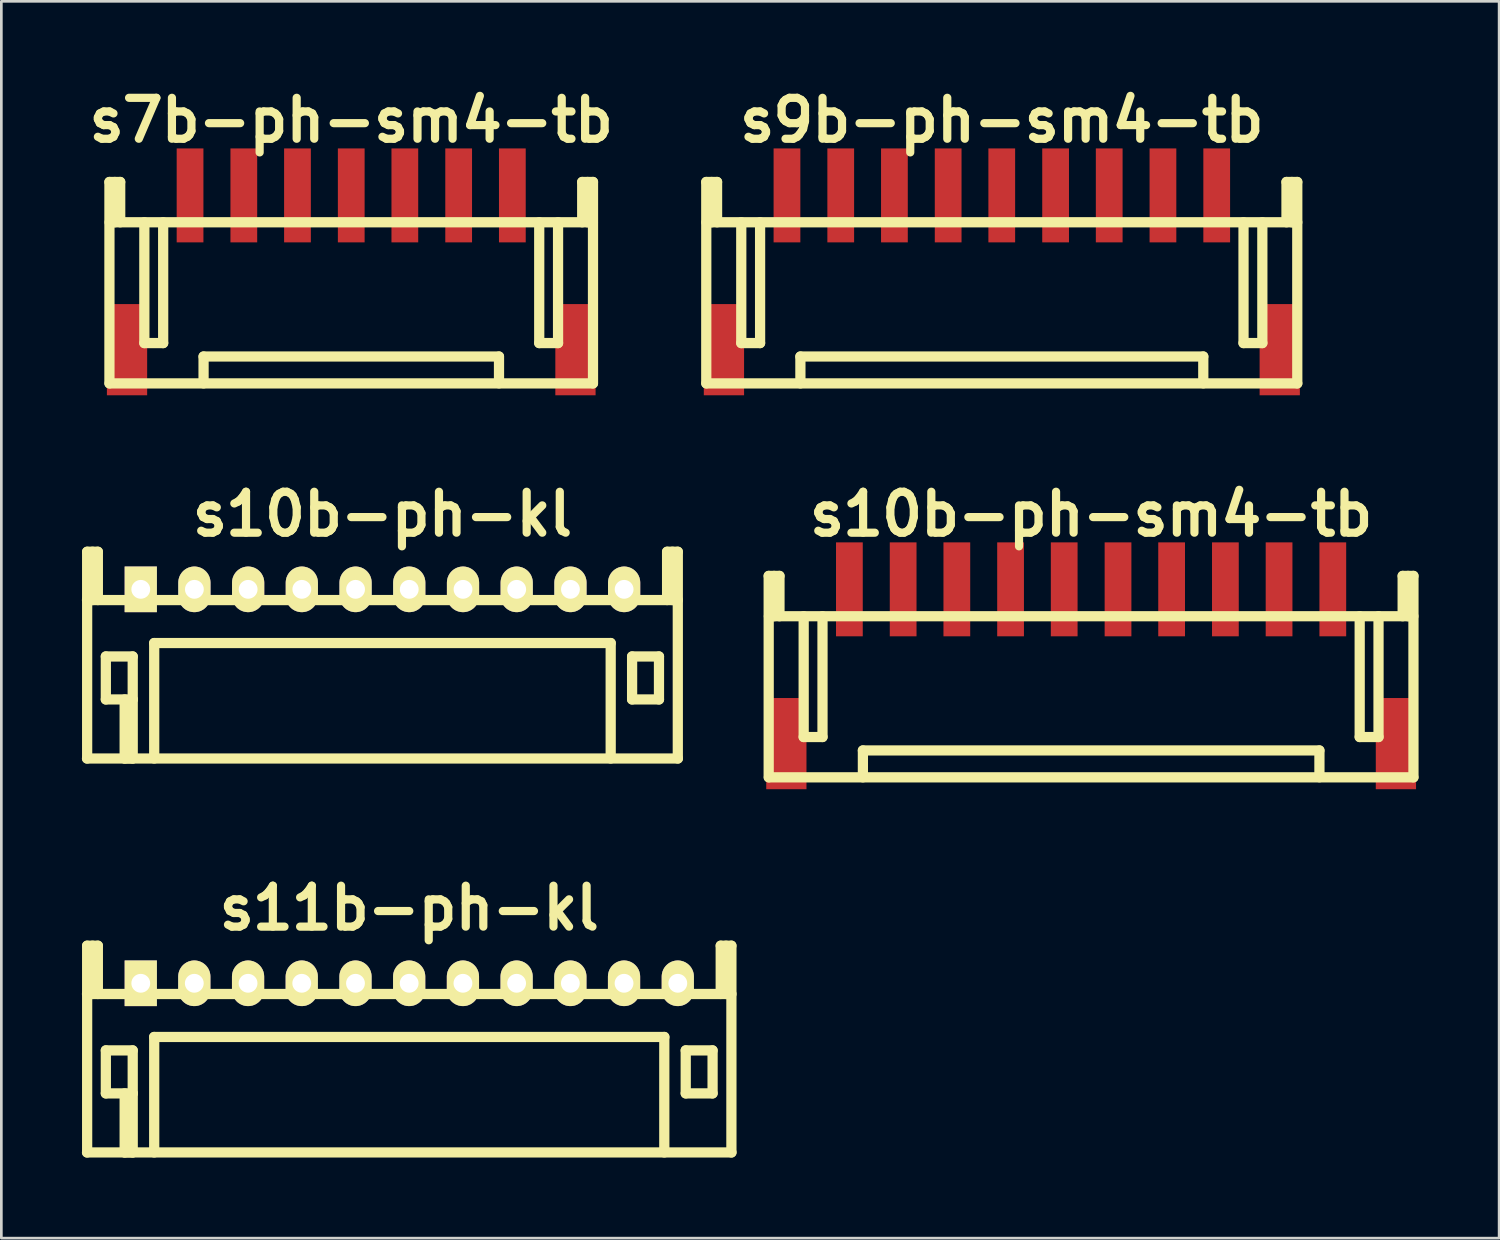
<source format=kicad_pcb>
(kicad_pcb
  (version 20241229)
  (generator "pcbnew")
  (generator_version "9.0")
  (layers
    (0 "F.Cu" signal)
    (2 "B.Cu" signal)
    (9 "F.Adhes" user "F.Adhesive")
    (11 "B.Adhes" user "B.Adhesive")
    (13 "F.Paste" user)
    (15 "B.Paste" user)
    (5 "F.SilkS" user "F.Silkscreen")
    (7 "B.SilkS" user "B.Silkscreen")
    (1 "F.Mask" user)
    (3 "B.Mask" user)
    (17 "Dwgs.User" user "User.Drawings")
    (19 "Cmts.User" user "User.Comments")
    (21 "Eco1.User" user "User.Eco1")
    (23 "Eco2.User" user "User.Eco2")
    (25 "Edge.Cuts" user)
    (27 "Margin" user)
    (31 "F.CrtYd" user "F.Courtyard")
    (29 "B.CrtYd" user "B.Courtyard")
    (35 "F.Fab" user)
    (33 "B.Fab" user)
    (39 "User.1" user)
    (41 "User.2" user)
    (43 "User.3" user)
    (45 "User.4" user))
  (footprint "s11b-ph-kl"
    (layer "F.Cu")
    (at 12.189 33.564)
    (property "Reference" "s11b-ph-kl" (at 0 -2.799 0) (layer "F.SilkS") (effects (font (size 1.524 1.524) (thickness 0.305))))
    (attr through_hole)
    (fp_line (start -11.999 6.299) (end 11.999 6.299) (stroke (width 0.381) (type solid)) (layer "F.SilkS"))
    (fp_line (start -11.994 -1.4) (end -11.994 6.299) (stroke (width 0.381) (type solid)) (layer "F.SilkS"))
    (fp_line (start -11.793 -1.4) (end -11.793 0.399) (stroke (width 0.381) (type solid)) (layer "F.SilkS"))
    (fp_line (start -11.595 -1.4) (end -11.994 -1.4) (stroke (width 0.381) (type solid)) (layer "F.SilkS"))
    (fp_line (start -11.595 0.399) (end -11.595 -1.4) (stroke (width 0.381) (type solid)) (layer "F.SilkS"))
    (fp_line (start -11.298 2.499) (end -10.297 2.499) (stroke (width 0.381) (type solid)) (layer "F.SilkS"))
    (fp_line (start -11.298 4.1) (end -11.298 2.499) (stroke (width 0.381) (type solid)) (layer "F.SilkS"))
    (fp_line (start -10.597 6.299) (end -10.597 4.1) (stroke (width 0.381) (type solid)) (layer "F.SilkS"))
    (fp_line (start -10.297 2.499) (end -10.297 4.1) (stroke (width 0.381) (type solid)) (layer "F.SilkS"))
    (fp_line (start -10.297 4.1) (end -11.298 4.1) (stroke (width 0.381) (type solid)) (layer "F.SilkS"))
    (fp_line (start -10.297 4.1) (end -10.297 6.299) (stroke (width 0.381) (type solid)) (layer "F.SilkS"))
    (fp_line (start -10.297 6.299) (end -10.597 6.299) (stroke (width 0.381) (type solid)) (layer "F.SilkS"))
    (fp_line (start -9.5 1.999) (end 9.5 1.999) (stroke (width 0.381) (type solid)) (layer "F.SilkS"))
    (fp_line (start -9.497 1.999) (end -9.497 6.299) (stroke (width 0.381) (type solid)) (layer "F.SilkS"))
    (fp_line (start 9.497 1.999) (end 9.497 6.299) (stroke (width 0.381) (type solid)) (layer "F.SilkS"))
    (fp_line (start 10.295 2.499) (end 11.295 2.499) (stroke (width 0.381) (type solid)) (layer "F.SilkS"))
    (fp_line (start 10.295 4.1) (end 10.295 2.499) (stroke (width 0.381) (type solid)) (layer "F.SilkS"))
    (fp_line (start 11.295 2.499) (end 11.295 4.1) (stroke (width 0.381) (type solid)) (layer "F.SilkS"))
    (fp_line (start 11.295 4.1) (end 10.295 4.1) (stroke (width 0.381) (type solid)) (layer "F.SilkS"))
    (fp_line (start 11.598 -1.4) (end 11.598 0.399) (stroke (width 0.381) (type solid)) (layer "F.SilkS"))
    (fp_line (start 11.796 -1.4) (end 11.796 0.399) (stroke (width 0.381) (type solid)) (layer "F.SilkS"))
    (fp_line (start 11.996 -1.4) (end 11.598 -1.4) (stroke (width 0.381) (type solid)) (layer "F.SilkS"))
    (fp_line (start 11.996 6.299) (end 11.996 -1.4) (stroke (width 0.381) (type solid)) (layer "F.SilkS"))
    (fp_line (start 11.999 0.399) (end -11.999 0.399) (stroke (width 0.381) (type solid)) (layer "F.SilkS"))
    (pad "1" thru_hole rect (at -9.997 0) (size 1.199 1.699) (drill 0.701) (layers "*.Cu" "*.Mask" "F.SilkS"))
    (pad "2" thru_hole oval (at -8.004 0) (size 1.199 1.699) (drill 0.701) (layers "*.Cu" "*.Mask" "F.SilkS"))
    (pad "3" thru_hole oval (at -6.002 0) (size 1.199 1.699) (drill 0.701) (layers "*.Cu" "*.Mask" "F.SilkS"))
    (pad "4" thru_hole oval (at -4.003 0) (size 1.199 1.699) (drill 0.701) (layers "*.Cu" "*.Mask" "F.SilkS"))
    (pad "5" thru_hole oval (at -2.002 0) (size 1.199 1.699) (drill 0.701) (layers "*.Cu" "*.Mask" "F.SilkS"))
    (pad "6" thru_hole oval (at -0.003 0) (size 1.199 1.699) (drill 0.701) (layers "*.Cu" "*.Mask" "F.SilkS"))
    (pad "7" thru_hole oval (at 1.999 0) (size 1.199 1.699) (drill 0.701) (layers "*.Cu" "*.Mask" "F.SilkS"))
    (pad "8" thru_hole oval (at 3.998 0) (size 1.199 1.699) (drill 0.701) (layers "*.Cu" "*.Mask" "F.SilkS"))
    (pad "9" thru_hole oval (at 5.999 0) (size 1.199 1.699) (drill 0.701) (layers "*.Cu" "*.Mask" "F.SilkS"))
    (pad "10" thru_hole oval (at 7.998 0) (size 1.199 1.699) (drill 0.701) (layers "*.Cu" "*.Mask" "F.SilkS"))
    (pad "11" thru_hole oval (at 10 0) (size 1.199 1.699) (drill 0.701) (layers "*.Cu" "*.Mask" "F.SilkS")))
  (footprint "s9b-ph-sm4-tb"
    (layer "F.Cu")
    (at 34.255 4.226)
    (property "Reference" "s9b-ph-sm4-tb" (at 0 -2.799 0) (layer "F.SilkS") (effects (font (size 1.524 1.524) (thickness 0.305))))
    (attr through_hole)
    (fp_line (start -11.006 7) (end -11.006 -0.5) (stroke (width 0.381) (type solid)) (layer "F.SilkS"))
    (fp_line (start -11.001 7) (end 11.001 7) (stroke (width 0.381) (type solid)) (layer "F.SilkS"))
    (fp_line (start -10.805 -0.5) (end -10.805 1.001) (stroke (width 0.381) (type solid)) (layer "F.SilkS"))
    (fp_line (start -10.604 -0.5) (end -11.006 -0.5) (stroke (width 0.381) (type solid)) (layer "F.SilkS"))
    (fp_line (start -10.604 1.001) (end -10.604 -0.5) (stroke (width 0.381) (type solid)) (layer "F.SilkS"))
    (fp_line (start -9.703 5.499) (end -9.703 1.001) (stroke (width 0.381) (type solid)) (layer "F.SilkS"))
    (fp_line (start -9.002 1.001) (end -9.002 5.499) (stroke (width 0.381) (type solid)) (layer "F.SilkS"))
    (fp_line (start -9.002 5.499) (end -9.703 5.499) (stroke (width 0.381) (type solid)) (layer "F.SilkS"))
    (fp_line (start -7.501 7) (end -7.501 5.999) (stroke (width 0.381) (type solid)) (layer "F.SilkS"))
    (fp_line (start 7.501 5.999) (end -7.501 5.999) (stroke (width 0.381) (type solid)) (layer "F.SilkS"))
    (fp_line (start 7.501 5.999) (end 7.501 6.998) (stroke (width 0.381) (type solid)) (layer "F.SilkS"))
    (fp_line (start 8.999 1.001) (end 8.999 5.499) (stroke (width 0.381) (type solid)) (layer "F.SilkS"))
    (fp_line (start 8.999 5.499) (end 9.7 5.499) (stroke (width 0.381) (type solid)) (layer "F.SilkS"))
    (fp_line (start 9.7 5.499) (end 9.7 1.001) (stroke (width 0.381) (type solid)) (layer "F.SilkS"))
    (fp_line (start 10.599 -0.5) (end 10.599 1.001) (stroke (width 0.381) (type solid)) (layer "F.SilkS"))
    (fp_line (start 10.8 1.001) (end 10.8 -0.5) (stroke (width 0.381) (type solid)) (layer "F.SilkS"))
    (fp_line (start 11.001 -0.5) (end 10.599 -0.5) (stroke (width 0.381) (type solid)) (layer "F.SilkS"))
    (fp_line (start 11.001 -0.5) (end 11.001 7) (stroke (width 0.381) (type solid)) (layer "F.SilkS"))
    (fp_line (start 11.001 1.001) (end -11.001 1.001) (stroke (width 0.381) (type solid)) (layer "F.SilkS"))
    (pad "" smd rect (at -10.348 5.745) (size 1.499 3.396) (layers "F.Cu" "F.Mask" "F.Paste"))
    (pad "" smd rect (at 10.348 5.745) (size 1.499 3.396) (layers "F.Cu" "F.Mask" "F.Paste"))
    (pad "1" smd rect (at -8.001 0) (size 0.996 3.498) (layers "F.Cu" "F.Mask" "F.Paste"))
    (pad "2" smd rect (at -5.999 0) (size 0.996 3.498) (layers "F.Cu" "F.Mask" "F.Paste"))
    (pad "3" smd rect (at -4 0) (size 0.996 3.498) (layers "F.Cu" "F.Mask" "F.Paste"))
    (pad "4" smd rect (at -1.999 0) (size 0.996 3.498) (layers "F.Cu" "F.Mask" "F.Paste"))
    (pad "5" smd rect (at -0.003 0) (size 0.996 3.498) (layers "F.Cu" "F.Mask" "F.Paste"))
    (pad "6" smd rect (at 2.002 0) (size 0.996 3.498) (layers "F.Cu" "F.Mask" "F.Paste"))
    (pad "7" smd rect (at 3.998 0) (size 0.996 3.498) (layers "F.Cu" "F.Mask" "F.Paste"))
    (pad "8" smd rect (at 5.999 0) (size 0.996 3.498) (layers "F.Cu" "F.Mask" "F.Paste"))
    (pad "9" smd rect (at 8.001 0) (size 0.996 3.498) (layers "F.Cu" "F.Mask" "F.Paste")))
  (footprint "s7b-ph-sm4-tb"
    (layer "F.Cu")
    (at 10.029 4.226)
    (property "Reference" "s7b-ph-sm4-tb" (at 0 -2.799 0) (layer "F.SilkS") (effects (font (size 1.524 1.524) (thickness 0.305))))
    (attr through_hole)
    (fp_line (start -9.004 7) (end -9.004 -0.5) (stroke (width 0.381) (type solid)) (layer "F.SilkS"))
    (fp_line (start -8.999 7) (end 8.999 7) (stroke (width 0.381) (type solid)) (layer "F.SilkS"))
    (fp_line (start -8.804 -0.5) (end -8.804 1.001) (stroke (width 0.381) (type solid)) (layer "F.SilkS"))
    (fp_line (start -8.603 -0.5) (end -9.004 -0.5) (stroke (width 0.381) (type solid)) (layer "F.SilkS"))
    (fp_line (start -8.603 1.001) (end -8.603 -0.5) (stroke (width 0.381) (type solid)) (layer "F.SilkS"))
    (fp_line (start -7.704 5.499) (end -7.704 1.001) (stroke (width 0.381) (type solid)) (layer "F.SilkS"))
    (fp_line (start -7.003 1.001) (end -7.003 5.499) (stroke (width 0.381) (type solid)) (layer "F.SilkS"))
    (fp_line (start -7.003 5.499) (end -7.704 5.499) (stroke (width 0.381) (type solid)) (layer "F.SilkS"))
    (fp_line (start -5.499 7) (end -5.499 5.999) (stroke (width 0.381) (type solid)) (layer "F.SilkS"))
    (fp_line (start 5.499 5.999) (end -5.499 5.999) (stroke (width 0.381) (type solid)) (layer "F.SilkS"))
    (fp_line (start 5.502 5.999) (end 5.502 6.998) (stroke (width 0.381) (type solid)) (layer "F.SilkS"))
    (fp_line (start 7 1.001) (end 7 5.499) (stroke (width 0.381) (type solid)) (layer "F.SilkS"))
    (fp_line (start 7 5.499) (end 7.701 5.499) (stroke (width 0.381) (type solid)) (layer "F.SilkS"))
    (fp_line (start 7.701 5.499) (end 7.701 1.001) (stroke (width 0.381) (type solid)) (layer "F.SilkS"))
    (fp_line (start 8.6 -0.5) (end 8.6 1.001) (stroke (width 0.381) (type solid)) (layer "F.SilkS"))
    (fp_line (start 8.801 1.001) (end 8.801 -0.5) (stroke (width 0.381) (type solid)) (layer "F.SilkS"))
    (fp_line (start 8.999 1.001) (end -8.999 1.001) (stroke (width 0.381) (type solid)) (layer "F.SilkS"))
    (fp_line (start 9.002 -0.5) (end 8.6 -0.5) (stroke (width 0.381) (type solid)) (layer "F.SilkS"))
    (fp_line (start 9.002 -0.5) (end 9.002 7) (stroke (width 0.381) (type solid)) (layer "F.SilkS"))
    (pad "" smd rect (at -8.349 5.745) (size 1.499 3.396) (layers "F.Cu" "F.Mask" "F.Paste"))
    (pad "" smd rect (at 8.349 5.745) (size 1.499 3.396) (layers "F.Cu" "F.Mask" "F.Paste"))
    (pad "1" smd rect (at -6.002 0) (size 0.996 3.498) (layers "F.Cu" "F.Mask" "F.Paste"))
    (pad "2" smd rect (at -4 0) (size 0.996 3.498) (layers "F.Cu" "F.Mask" "F.Paste"))
    (pad "3" smd rect (at -2.002 0) (size 0.996 3.498) (layers "F.Cu" "F.Mask" "F.Paste"))
    (pad "4" smd rect (at 0 0) (size 0.996 3.498) (layers "F.Cu" "F.Mask" "F.Paste"))
    (pad "5" smd rect (at 1.996 0) (size 0.996 3.498) (layers "F.Cu" "F.Mask" "F.Paste"))
    (pad "6" smd rect (at 4 0) (size 0.996 3.498) (layers "F.Cu" "F.Mask" "F.Paste"))
    (pad "7" smd rect (at 5.999 0) (size 0.996 3.498) (layers "F.Cu" "F.Mask" "F.Paste")))
  (footprint "s10b-ph-kl"
    (layer "F.Cu")
    (at 11.191 18.895)
    (property "Reference" "s10b-ph-kl" (at 0 -2.799 0) (layer "F.SilkS") (effects (font (size 1.524 1.524) (thickness 0.305))))
    (attr through_hole)
    (fp_line (start -11.001 0.399) (end 11.001 0.399) (stroke (width 0.381) (type solid)) (layer "F.SilkS"))
    (fp_line (start -11.001 6.299) (end 11.001 6.299) (stroke (width 0.381) (type solid)) (layer "F.SilkS"))
    (fp_line (start -10.996 -1.4) (end -10.996 6.299) (stroke (width 0.381) (type solid)) (layer "F.SilkS"))
    (fp_line (start -10.795 -1.4) (end -10.795 0.399) (stroke (width 0.381) (type solid)) (layer "F.SilkS"))
    (fp_line (start -10.597 -1.4) (end -10.996 -1.4) (stroke (width 0.381) (type solid)) (layer "F.SilkS"))
    (fp_line (start -10.597 0.399) (end -10.597 -1.4) (stroke (width 0.381) (type solid)) (layer "F.SilkS"))
    (fp_line (start -10.3 2.499) (end -9.299 2.499) (stroke (width 0.381) (type solid)) (layer "F.SilkS"))
    (fp_line (start -10.3 4.1) (end -10.3 2.499) (stroke (width 0.381) (type solid)) (layer "F.SilkS"))
    (fp_line (start -9.599 6.299) (end -9.599 4.1) (stroke (width 0.381) (type solid)) (layer "F.SilkS"))
    (fp_line (start -9.299 2.499) (end -9.299 4.1) (stroke (width 0.381) (type solid)) (layer "F.SilkS"))
    (fp_line (start -9.299 4.1) (end -10.3 4.1) (stroke (width 0.381) (type solid)) (layer "F.SilkS"))
    (fp_line (start -9.299 4.1) (end -9.299 6.299) (stroke (width 0.381) (type solid)) (layer "F.SilkS"))
    (fp_line (start -9.299 6.299) (end -9.599 6.299) (stroke (width 0.381) (type solid)) (layer "F.SilkS"))
    (fp_line (start -8.499 1.999) (end -8.499 6.299) (stroke (width 0.381) (type solid)) (layer "F.SilkS"))
    (fp_line (start 8.499 1.999) (end -8.499 1.999) (stroke (width 0.381) (type solid)) (layer "F.SilkS"))
    (fp_line (start 8.499 1.999) (end 8.499 6.299) (stroke (width 0.381) (type solid)) (layer "F.SilkS"))
    (fp_line (start 9.296 2.499) (end 10.297 2.499) (stroke (width 0.381) (type solid)) (layer "F.SilkS"))
    (fp_line (start 9.296 4.1) (end 9.296 2.499) (stroke (width 0.381) (type solid)) (layer "F.SilkS"))
    (fp_line (start 10.297 2.499) (end 10.297 4.1) (stroke (width 0.381) (type solid)) (layer "F.SilkS"))
    (fp_line (start 10.297 4.1) (end 9.296 4.1) (stroke (width 0.381) (type solid)) (layer "F.SilkS"))
    (fp_line (start 10.599 -1.4) (end 10.599 0.399) (stroke (width 0.381) (type solid)) (layer "F.SilkS"))
    (fp_line (start 10.798 -1.4) (end 10.798 0.399) (stroke (width 0.381) (type solid)) (layer "F.SilkS"))
    (fp_line (start 10.998 -1.4) (end 10.599 -1.4) (stroke (width 0.381) (type solid)) (layer "F.SilkS"))
    (fp_line (start 10.998 6.299) (end 10.998 -1.4) (stroke (width 0.381) (type solid)) (layer "F.SilkS"))
    (pad "1" thru_hole rect (at -8.999 0) (size 1.199 1.699) (drill 0.701) (layers "*.Cu" "*.Mask" "F.SilkS"))
    (pad "2" thru_hole oval (at -7.003 0) (size 1.199 1.699) (drill 0.701) (layers "*.Cu" "*.Mask" "F.SilkS"))
    (pad "3" thru_hole oval (at -5.001 0) (size 1.199 1.699) (drill 0.701) (layers "*.Cu" "*.Mask" "F.SilkS"))
    (pad "4" thru_hole oval (at -3.002 0) (size 1.199 1.699) (drill 0.701) (layers "*.Cu" "*.Mask" "F.SilkS"))
    (pad "5" thru_hole oval (at -1.001 0) (size 1.199 1.699) (drill 0.701) (layers "*.Cu" "*.Mask" "F.SilkS"))
    (pad "6" thru_hole oval (at 0.998 0) (size 1.199 1.699) (drill 0.701) (layers "*.Cu" "*.Mask" "F.SilkS"))
    (pad "7" thru_hole oval (at 3 0) (size 1.199 1.699) (drill 0.701) (layers "*.Cu" "*.Mask" "F.SilkS"))
    (pad "8" thru_hole oval (at 4.999 0) (size 1.199 1.699) (drill 0.701) (layers "*.Cu" "*.Mask" "F.SilkS"))
    (pad "9" thru_hole oval (at 7 0) (size 1.199 1.699) (drill 0.701) (layers "*.Cu" "*.Mask" "F.SilkS"))
    (pad "10" thru_hole oval (at 8.999 0) (size 1.199 1.699) (drill 0.701) (layers "*.Cu" "*.Mask" "F.SilkS")))
  (footprint "s10b-ph-sm4-tb"
    (layer "F.Cu")
    (at 37.58 18.895)
    (property "Reference" "s10b-ph-sm4-tb" (at 0 -2.799 0) (layer "F.SilkS") (effects (font (size 1.524 1.524) (thickness 0.305))))
    (attr through_hole)
    (fp_line (start -12.007 7) (end -12.007 -0.5) (stroke (width 0.381) (type solid)) (layer "F.SilkS"))
    (fp_line (start -11.999 7) (end 11.999 7) (stroke (width 0.381) (type solid)) (layer "F.SilkS"))
    (fp_line (start -11.806 -0.5) (end -11.806 1.001) (stroke (width 0.381) (type solid)) (layer "F.SilkS"))
    (fp_line (start -11.605 -0.5) (end -12.007 -0.5) (stroke (width 0.381) (type solid)) (layer "F.SilkS"))
    (fp_line (start -11.605 1.001) (end -11.605 -0.5) (stroke (width 0.381) (type solid)) (layer "F.SilkS"))
    (fp_line (start -10.704 5.499) (end -10.704 1.001) (stroke (width 0.381) (type solid)) (layer "F.SilkS"))
    (fp_line (start -10.003 1.001) (end -10.003 5.499) (stroke (width 0.381) (type solid)) (layer "F.SilkS"))
    (fp_line (start -10.003 5.499) (end -10.704 5.499) (stroke (width 0.381) (type solid)) (layer "F.SilkS"))
    (fp_line (start -8.499 7) (end -8.499 5.999) (stroke (width 0.381) (type solid)) (layer "F.SilkS"))
    (fp_line (start 8.499 5.999) (end -8.499 5.999) (stroke (width 0.381) (type solid)) (layer "F.SilkS"))
    (fp_line (start 8.501 5.999) (end 8.501 6.998) (stroke (width 0.381) (type solid)) (layer "F.SilkS"))
    (fp_line (start 10 1.001) (end 10 5.499) (stroke (width 0.381) (type solid)) (layer "F.SilkS"))
    (fp_line (start 10 5.499) (end 10.701 5.499) (stroke (width 0.381) (type solid)) (layer "F.SilkS"))
    (fp_line (start 10.701 5.499) (end 10.701 1.001) (stroke (width 0.381) (type solid)) (layer "F.SilkS"))
    (fp_line (start 11.6 -0.5) (end 11.6 1.001) (stroke (width 0.381) (type solid)) (layer "F.SilkS"))
    (fp_line (start 11.801 1.001) (end 11.801 -0.5) (stroke (width 0.381) (type solid)) (layer "F.SilkS"))
    (fp_line (start 11.999 1.001) (end -11.999 1.001) (stroke (width 0.381) (type solid)) (layer "F.SilkS"))
    (fp_line (start 12.002 -0.5) (end 11.6 -0.5) (stroke (width 0.381) (type solid)) (layer "F.SilkS"))
    (fp_line (start 12.002 -0.5) (end 12.002 7) (stroke (width 0.381) (type solid)) (layer "F.SilkS"))
    (pad "" smd rect (at -11.349 5.745) (size 1.499 3.396) (layers "F.Cu" "F.Mask" "F.Paste"))
    (pad "" smd rect (at 11.349 5.745) (size 1.499 3.396) (layers "F.Cu" "F.Mask" "F.Paste"))
    (pad "1" smd rect (at -9.002 0) (size 0.996 3.498) (layers "F.Cu" "F.Mask" "F.Paste"))
    (pad "2" smd rect (at -7 0) (size 0.996 3.498) (layers "F.Cu" "F.Mask" "F.Paste"))
    (pad "3" smd rect (at -5.001 0) (size 0.996 3.498) (layers "F.Cu" "F.Mask" "F.Paste"))
    (pad "4" smd rect (at -3 0) (size 0.996 3.498) (layers "F.Cu" "F.Mask" "F.Paste"))
    (pad "5" smd rect (at -1.003 0) (size 0.996 3.498) (layers "F.Cu" "F.Mask" "F.Paste"))
    (pad "6" smd rect (at 1.001 0) (size 0.996 3.498) (layers "F.Cu" "F.Mask" "F.Paste"))
    (pad "7" smd rect (at 2.997 0) (size 0.996 3.498) (layers "F.Cu" "F.Mask" "F.Paste"))
    (pad "8" smd rect (at 4.999 0) (size 0.996 3.498) (layers "F.Cu" "F.Mask" "F.Paste"))
    (pad "9" smd rect (at 6.998 0) (size 0.996 3.498) (layers "F.Cu" "F.Mask" "F.Paste"))
    (pad "10" smd rect (at 8.999 0) (size 0.996 3.498) (layers "F.Cu" "F.Mask" "F.Paste")))
  (gr_rect
    (start -3 -3)
    (end 52.772 43.053)
    (stroke (width 0.1) (type default))
    (fill no)
    (layer "Edge.Cuts")))
</source>
